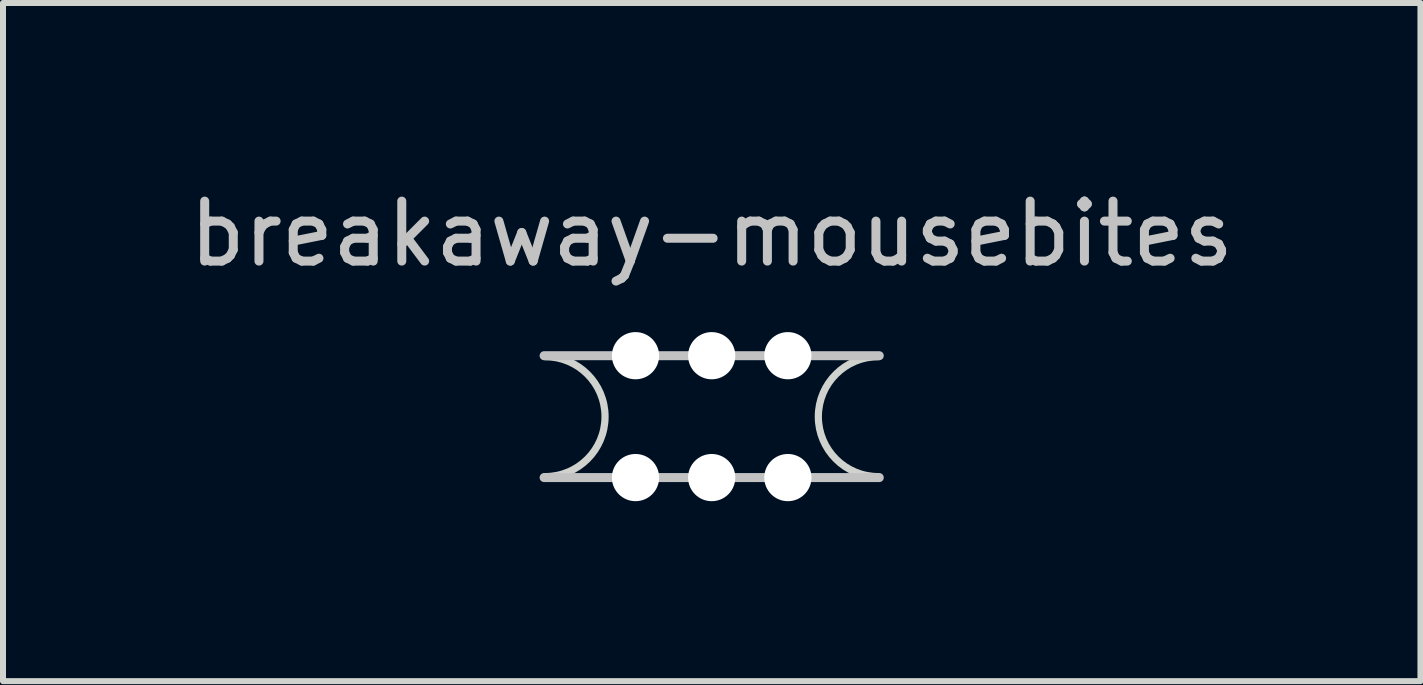
<source format=kicad_pcb>
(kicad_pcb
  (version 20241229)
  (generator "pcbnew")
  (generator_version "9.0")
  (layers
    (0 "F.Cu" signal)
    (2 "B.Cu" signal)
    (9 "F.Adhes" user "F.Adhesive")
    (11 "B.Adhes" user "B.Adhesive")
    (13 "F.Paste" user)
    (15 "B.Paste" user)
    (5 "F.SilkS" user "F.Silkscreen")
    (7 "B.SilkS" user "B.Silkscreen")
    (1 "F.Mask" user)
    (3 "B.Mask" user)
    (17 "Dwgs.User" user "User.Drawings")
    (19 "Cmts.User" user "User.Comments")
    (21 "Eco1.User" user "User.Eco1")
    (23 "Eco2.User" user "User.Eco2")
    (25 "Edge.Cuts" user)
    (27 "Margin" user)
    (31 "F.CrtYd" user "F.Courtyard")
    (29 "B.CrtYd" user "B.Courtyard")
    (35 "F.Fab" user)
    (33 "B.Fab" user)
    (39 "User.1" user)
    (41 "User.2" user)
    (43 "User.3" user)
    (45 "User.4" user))
  (footprint "breakaway-mousebites"
    (layer "F.Cu")
    (at 8.815 3.896)
    (property "Reference" "breakaway-mousebites" (at 0 -3.048 0) (layer "Dwgs.User") (effects (font (size 1 1) (thickness 0.15))))
    (attr through_hole)
    (fp_line (start -2.794 -1.016) (end 2.794 -1.016) (stroke (width 0.15) (type solid)) (layer "Dwgs.User"))
    (fp_line (start 2.794 1.016) (end -2.794 1.016) (stroke (width 0.15) (type solid)) (layer "Dwgs.User"))
    (fp_arc (start -2.778 -1) (mid -1.778 0) (end -2.778 1) (stroke (width 0.12) (type solid)) (layer "Edge.Cuts"))
    (fp_arc (start 2.778 1) (mid 1.778 0) (end 2.778 -1) (stroke (width 0.12) (type solid)) (layer "Edge.Cuts"))
    (pad "" np_thru_hole circle (at -1.27 -1.016) (size 0.787 0.787) (drill 0.787) (layers "*.Cu" "*.Mask"))
    (pad "" np_thru_hole circle (at -1.27 1.016 180) (size 0.787 0.787) (drill 0.787) (layers "*.Cu" "*.Mask"))
    (pad "" np_thru_hole circle (at 0 -1.016) (size 0.787 0.787) (drill 0.787) (layers "*.Cu" "*.Mask"))
    (pad "" np_thru_hole circle (at 0 1.016 180) (size 0.787 0.787) (drill 0.787) (layers "*.Cu" "*.Mask"))
    (pad "" np_thru_hole circle (at 1.27 -1.016) (size 0.787 0.787) (drill 0.787) (layers "*.Cu" "*.Mask"))
    (pad "" np_thru_hole circle (at 1.27 1.016 180) (size 0.787 0.787) (drill 0.787) (layers "*.Cu" "*.Mask")))
  (gr_rect
    (start -3 -3)
    (end 20.631 8.306)
    (stroke (width 0.1) (type default))
    (fill no)
    (layer "Edge.Cuts")))
</source>
